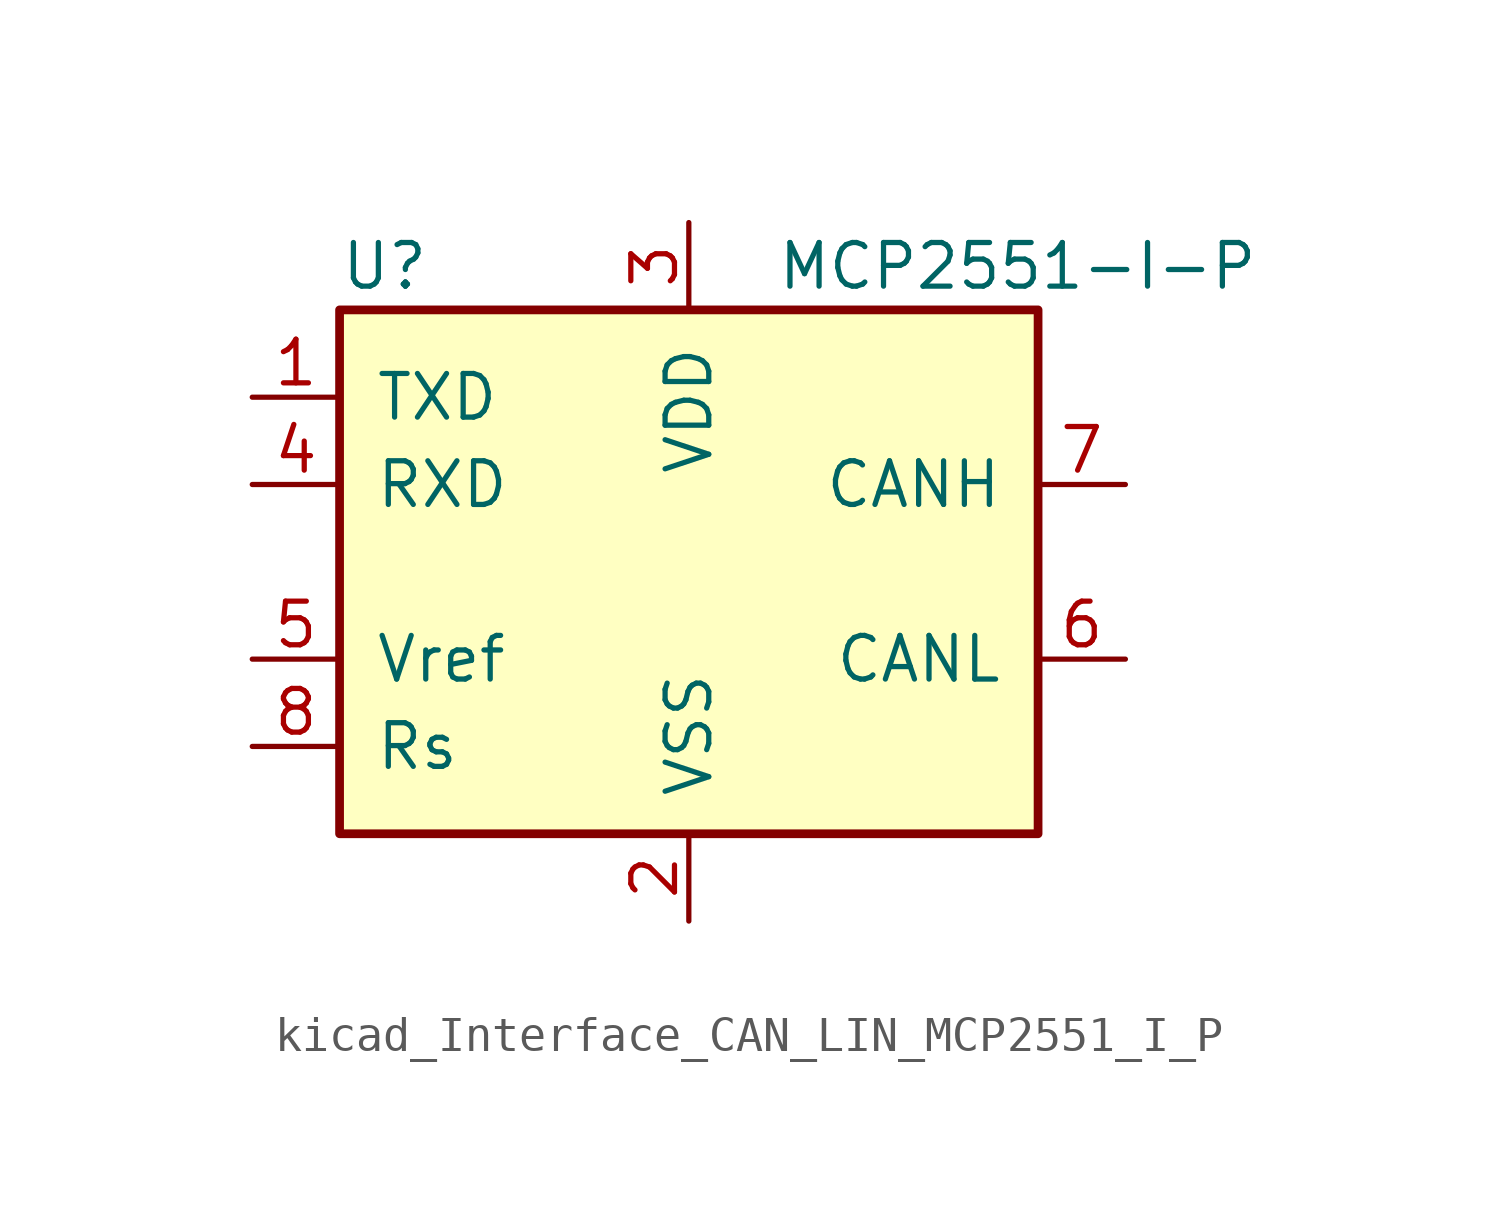
<source format=kicad_sym>
(kicad_symbol_lib
  (version 20220914)
  (generator kicad_symbol_editor)
  (symbol "kicad_Interface_CAN_LIN_MCP2551_I_P"
    (pin_names
      (offset 1.016))
    (property "Reference" "U"
      (at -10.16 8.89 0)
      (effects (font (size 1.27 1.27)) (justify left)))
    (property "Value" "MCP2551-I-P"
      (at 2.54 8.89 0)
      (effects (font (size 1.27 1.27)) (justify left)))
    (symbol "kicad_Interface_CAN_LIN_MCP2551_I_P_0_1"
      (rectangle (start -10.16 7.62) (end 10.16 -7.62) (stroke (width 0.254) (type default)) (fill (type background))))
    (symbol "kicad_Interface_CAN_LIN_MCP2551_I_P_1_1"
      (pin input line (at -12.7 5.08 0) (length 2.54) (name "TXD" (effects (font (size 1.27 1.27)))) (number "1" (effects (font (size 1.27 1.27)))))
      (pin power_in line (at 0 -10.16 90) (length 2.54) (name "VSS" (effects (font (size 1.27 1.27)))) (number "2" (effects (font (size 1.27 1.27)))))
      (pin power_in line (at 0 10.16 270) (length 2.54) (name "VDD" (effects (font (size 1.27 1.27)))) (number "3" (effects (font (size 1.27 1.27)))))
      (pin output line (at -12.7 2.54 0) (length 2.54) (name "RXD" (effects (font (size 1.27 1.27)))) (number "4" (effects (font (size 1.27 1.27)))))
      (pin power_out line (at -12.7 -2.54 0) (length 2.54) (name "Vref" (effects (font (size 1.27 1.27)))) (number "5" (effects (font (size 1.27 1.27)))))
      (pin bidirectional line (at 12.7 -2.54 180) (length 2.54) (name "CANL" (effects (font (size 1.27 1.27)))) (number "6" (effects (font (size 1.27 1.27)))))
      (pin bidirectional line (at 12.7 2.54 180) (length 2.54) (name "CANH" (effects (font (size 1.27 1.27)))) (number "7" (effects (font (size 1.27 1.27)))))
      (pin input line (at -12.7 -5.08 0) (length 2.54) (name "Rs" (effects (font (size 1.27 1.27)))) (number "8" (effects (font (size 1.27 1.27))))))))
</source>
